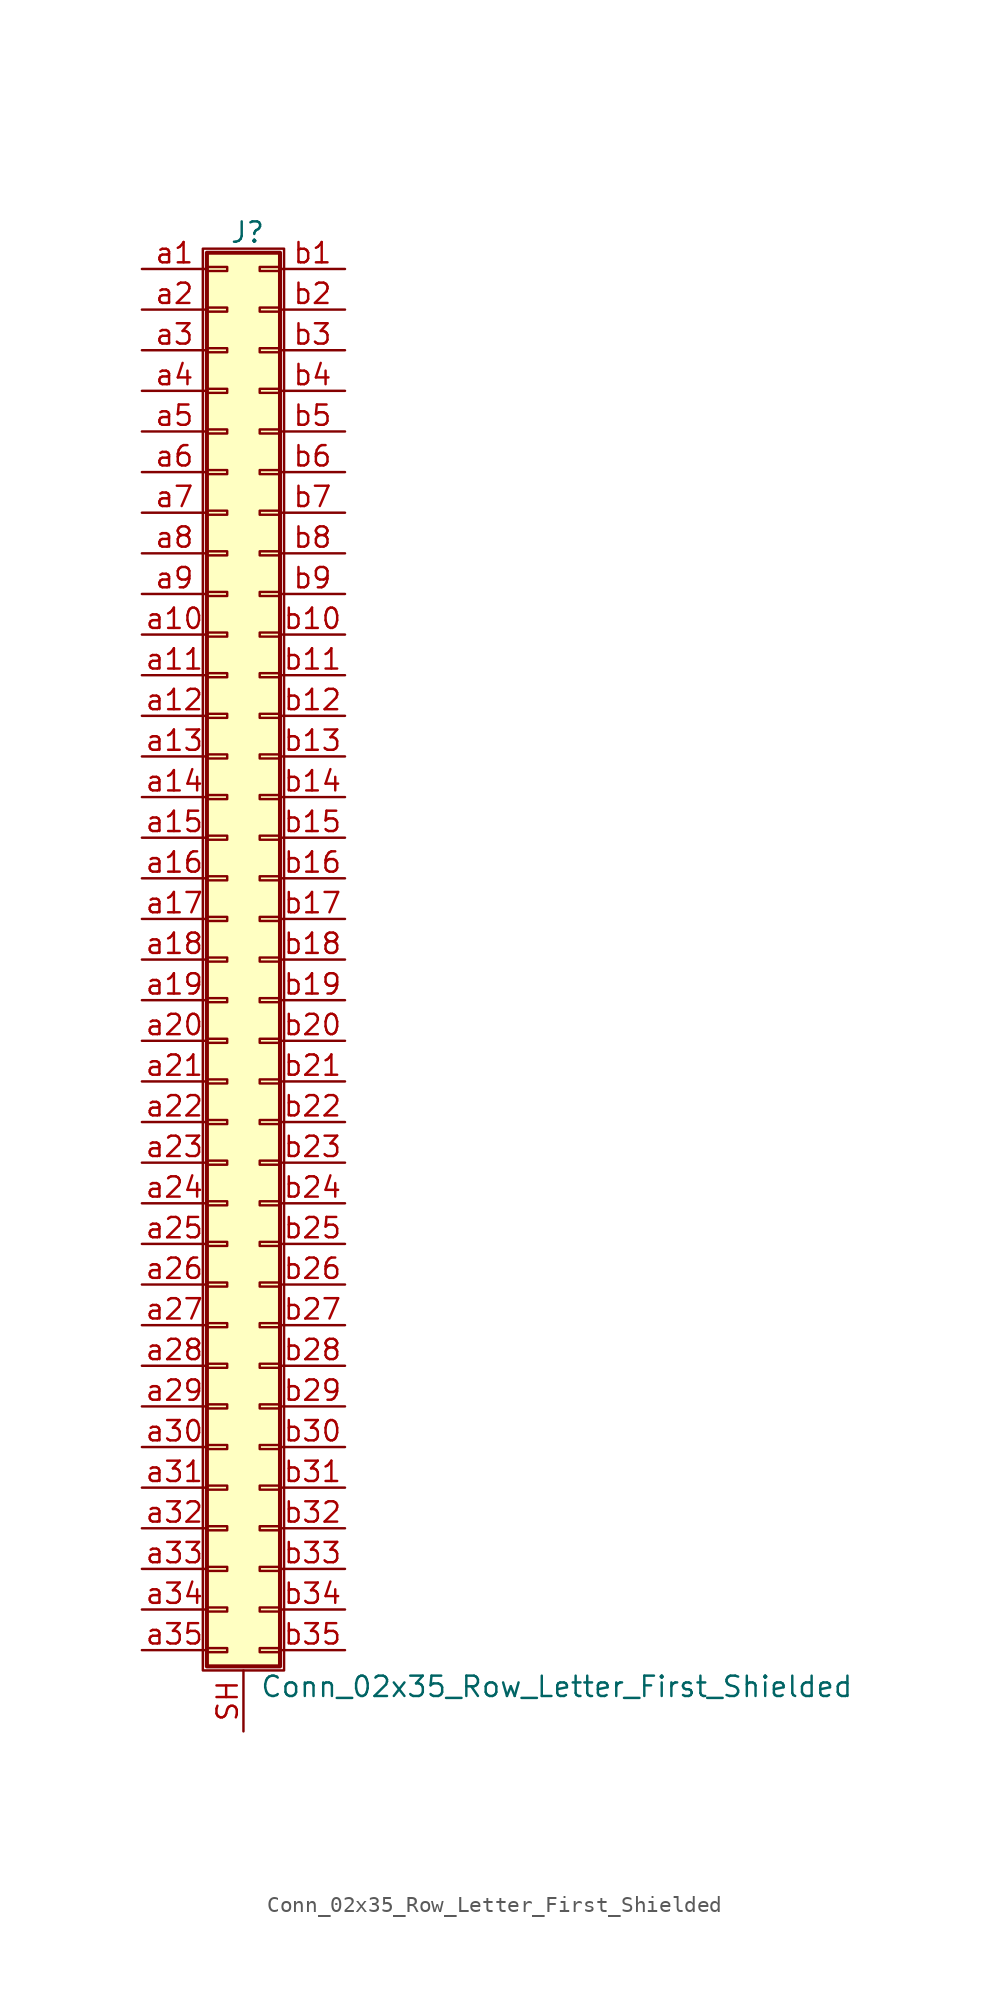
<source format=kicad_sym>
(kicad_symbol_lib
  (version 20220914)
  (generator kicad_symbol_editor)
  (symbol "Conn_02x35_Row_Letter_First_Shielded"
    (pin_names
      (offset 1.016) hide)
    (property "Reference" "J"
      (at 1.524 45.466 0)
      (effects (font (size 1.27 1.27))))
    (property "Value" "Conn_02x35_Row_Letter_First_Shielded"
      (at 2.286 -45.466 0)
      (effects (font (size 1.27 1.27)) (justify left)))
    (symbol "Conn_02x35_Row_Letter_First_Shielded_1_1"
      (rectangle (start -1.27 44.45) (end 3.81 -44.45) (stroke (width 0.152) (type default)) (fill (type none)))
      (rectangle (start -1.016 -43.053) (end 0.254 -43.307) (stroke (width 0.152) (type default)) (fill (type none)))
      (rectangle (start -1.016 -40.513) (end 0.254 -40.767) (stroke (width 0.152) (type default)) (fill (type none)))
      (rectangle (start -1.016 -37.973) (end 0.254 -38.227) (stroke (width 0.152) (type default)) (fill (type none)))
      (rectangle (start -1.016 -35.433) (end 0.254 -35.687) (stroke (width 0.152) (type default)) (fill (type none)))
      (rectangle (start -1.016 -32.893) (end 0.254 -33.147) (stroke (width 0.152) (type default)) (fill (type none)))
      (rectangle (start -1.016 -30.353) (end 0.254 -30.607) (stroke (width 0.152) (type default)) (fill (type none)))
      (rectangle (start -1.016 -27.813) (end 0.254 -28.067) (stroke (width 0.152) (type default)) (fill (type none)))
      (rectangle (start -1.016 -25.273) (end 0.254 -25.527) (stroke (width 0.152) (type default)) (fill (type none)))
      (rectangle (start -1.016 -22.733) (end 0.254 -22.987) (stroke (width 0.152) (type default)) (fill (type none)))
      (rectangle (start -1.016 -20.193) (end 0.254 -20.447) (stroke (width 0.152) (type default)) (fill (type none)))
      (rectangle (start -1.016 -17.653) (end 0.254 -17.907) (stroke (width 0.152) (type default)) (fill (type none)))
      (rectangle (start -1.016 -15.113) (end 0.254 -15.367) (stroke (width 0.152) (type default)) (fill (type none)))
      (rectangle (start -1.016 -12.573) (end 0.254 -12.827) (stroke (width 0.152) (type default)) (fill (type none)))
      (rectangle (start -1.016 -10.033) (end 0.254 -10.287) (stroke (width 0.152) (type default)) (fill (type none)))
      (rectangle (start -1.016 -7.493) (end 0.254 -7.747) (stroke (width 0.152) (type default)) (fill (type none)))
      (rectangle (start -1.016 -4.953) (end 0.254 -5.207) (stroke (width 0.152) (type default)) (fill (type none)))
      (rectangle (start -1.016 -2.413) (end 0.254 -2.667) (stroke (width 0.152) (type default)) (fill (type none)))
      (rectangle (start -1.016 0.127) (end 0.254 -0.127) (stroke (width 0.152) (type default)) (fill (type none)))
      (rectangle (start -1.016 2.667) (end 0.254 2.413) (stroke (width 0.152) (type default)) (fill (type none)))
      (rectangle (start -1.016 5.207) (end 0.254 4.953) (stroke (width 0.152) (type default)) (fill (type none)))
      (rectangle (start -1.016 7.747) (end 0.254 7.493) (stroke (width 0.152) (type default)) (fill (type none)))
      (rectangle (start -1.016 10.287) (end 0.254 10.033) (stroke (width 0.152) (type default)) (fill (type none)))
      (rectangle (start -1.016 12.827) (end 0.254 12.573) (stroke (width 0.152) (type default)) (fill (type none)))
      (rectangle (start -1.016 15.367) (end 0.254 15.113) (stroke (width 0.152) (type default)) (fill (type none)))
      (rectangle (start -1.016 17.907) (end 0.254 17.653) (stroke (width 0.152) (type default)) (fill (type none)))
      (rectangle (start -1.016 20.447) (end 0.254 20.193) (stroke (width 0.152) (type default)) (fill (type none)))
      (rectangle (start -1.016 22.987) (end 0.254 22.733) (stroke (width 0.152) (type default)) (fill (type none)))
      (rectangle (start -1.016 25.527) (end 0.254 25.273) (stroke (width 0.152) (type default)) (fill (type none)))
      (rectangle (start -1.016 28.067) (end 0.254 27.813) (stroke (width 0.152) (type default)) (fill (type none)))
      (rectangle (start -1.016 30.607) (end 0.254 30.353) (stroke (width 0.152) (type default)) (fill (type none)))
      (rectangle (start -1.016 33.147) (end 0.254 32.893) (stroke (width 0.152) (type default)) (fill (type none)))
      (rectangle (start -1.016 35.687) (end 0.254 35.433) (stroke (width 0.152) (type default)) (fill (type none)))
      (rectangle (start -1.016 38.227) (end 0.254 37.973) (stroke (width 0.152) (type default)) (fill (type none)))
      (rectangle (start -1.016 40.767) (end 0.254 40.513) (stroke (width 0.152) (type default)) (fill (type none)))
      (rectangle (start -1.016 43.307) (end 0.254 43.053) (stroke (width 0.152) (type default)) (fill (type none)))
      (rectangle (start -1.016 44.196) (end 3.556 -44.196) (stroke (width 0.254) (type default)) (fill (type background)))
      (rectangle (start 3.556 -43.053) (end 2.286 -43.307) (stroke (width 0.152) (type default)) (fill (type none)))
      (rectangle (start 3.556 -40.513) (end 2.286 -40.767) (stroke (width 0.152) (type default)) (fill (type none)))
      (rectangle (start 3.556 -37.973) (end 2.286 -38.227) (stroke (width 0.152) (type default)) (fill (type none)))
      (rectangle (start 3.556 -35.433) (end 2.286 -35.687) (stroke (width 0.152) (type default)) (fill (type none)))
      (rectangle (start 3.556 -32.893) (end 2.286 -33.147) (stroke (width 0.152) (type default)) (fill (type none)))
      (rectangle (start 3.556 -30.353) (end 2.286 -30.607) (stroke (width 0.152) (type default)) (fill (type none)))
      (rectangle (start 3.556 -27.813) (end 2.286 -28.067) (stroke (width 0.152) (type default)) (fill (type none)))
      (rectangle (start 3.556 -25.273) (end 2.286 -25.527) (stroke (width 0.152) (type default)) (fill (type none)))
      (rectangle (start 3.556 -22.733) (end 2.286 -22.987) (stroke (width 0.152) (type default)) (fill (type none)))
      (rectangle (start 3.556 -20.193) (end 2.286 -20.447) (stroke (width 0.152) (type default)) (fill (type none)))
      (rectangle (start 3.556 -17.653) (end 2.286 -17.907) (stroke (width 0.152) (type default)) (fill (type none)))
      (rectangle (start 3.556 -15.113) (end 2.286 -15.367) (stroke (width 0.152) (type default)) (fill (type none)))
      (rectangle (start 3.556 -12.573) (end 2.286 -12.827) (stroke (width 0.152) (type default)) (fill (type none)))
      (rectangle (start 3.556 -10.033) (end 2.286 -10.287) (stroke (width 0.152) (type default)) (fill (type none)))
      (rectangle (start 3.556 -7.493) (end 2.286 -7.747) (stroke (width 0.152) (type default)) (fill (type none)))
      (rectangle (start 3.556 -4.953) (end 2.286 -5.207) (stroke (width 0.152) (type default)) (fill (type none)))
      (rectangle (start 3.556 -2.413) (end 2.286 -2.667) (stroke (width 0.152) (type default)) (fill (type none)))
      (rectangle (start 3.556 0.127) (end 2.286 -0.127) (stroke (width 0.152) (type default)) (fill (type none)))
      (rectangle (start 3.556 2.667) (end 2.286 2.413) (stroke (width 0.152) (type default)) (fill (type none)))
      (rectangle (start 3.556 5.207) (end 2.286 4.953) (stroke (width 0.152) (type default)) (fill (type none)))
      (rectangle (start 3.556 7.747) (end 2.286 7.493) (stroke (width 0.152) (type default)) (fill (type none)))
      (rectangle (start 3.556 10.287) (end 2.286 10.033) (stroke (width 0.152) (type default)) (fill (type none)))
      (rectangle (start 3.556 12.827) (end 2.286 12.573) (stroke (width 0.152) (type default)) (fill (type none)))
      (rectangle (start 3.556 15.367) (end 2.286 15.113) (stroke (width 0.152) (type default)) (fill (type none)))
      (rectangle (start 3.556 17.907) (end 2.286 17.653) (stroke (width 0.152) (type default)) (fill (type none)))
      (rectangle (start 3.556 20.447) (end 2.286 20.193) (stroke (width 0.152) (type default)) (fill (type none)))
      (rectangle (start 3.556 22.987) (end 2.286 22.733) (stroke (width 0.152) (type default)) (fill (type none)))
      (rectangle (start 3.556 25.527) (end 2.286 25.273) (stroke (width 0.152) (type default)) (fill (type none)))
      (rectangle (start 3.556 28.067) (end 2.286 27.813) (stroke (width 0.152) (type default)) (fill (type none)))
      (rectangle (start 3.556 30.607) (end 2.286 30.353) (stroke (width 0.152) (type default)) (fill (type none)))
      (rectangle (start 3.556 33.147) (end 2.286 32.893) (stroke (width 0.152) (type default)) (fill (type none)))
      (rectangle (start 3.556 35.687) (end 2.286 35.433) (stroke (width 0.152) (type default)) (fill (type none)))
      (rectangle (start 3.556 38.227) (end 2.286 37.973) (stroke (width 0.152) (type default)) (fill (type none)))
      (rectangle (start 3.556 40.767) (end 2.286 40.513) (stroke (width 0.152) (type default)) (fill (type none)))
      (rectangle (start 3.556 43.307) (end 2.286 43.053) (stroke (width 0.152) (type default)) (fill (type none)))
      (pin passive line (at 1.27 -48.26 90) (length 3.81) (name "Shield" (effects (font (size 1.27 1.27)))) (number "SH" (effects (font (size 1.27 1.27)))))
      (pin passive line (at -5.08 43.18 0) (length 4.064) (name "Pin_a1" (effects (font (size 1.27 1.27)))) (number "a1" (effects (font (size 1.27 1.27)))))
      (pin passive line (at -5.08 20.32 0) (length 4.064) (name "Pin_a10" (effects (font (size 1.27 1.27)))) (number "a10" (effects (font (size 1.27 1.27)))))
      (pin passive line (at -5.08 17.78 0) (length 4.064) (name "Pin_a11" (effects (font (size 1.27 1.27)))) (number "a11" (effects (font (size 1.27 1.27)))))
      (pin passive line (at -5.08 15.24 0) (length 4.064) (name "Pin_a12" (effects (font (size 1.27 1.27)))) (number "a12" (effects (font (size 1.27 1.27)))))
      (pin passive line (at -5.08 12.7 0) (length 4.064) (name "Pin_a13" (effects (font (size 1.27 1.27)))) (number "a13" (effects (font (size 1.27 1.27)))))
      (pin passive line (at -5.08 10.16 0) (length 4.064) (name "Pin_a14" (effects (font (size 1.27 1.27)))) (number "a14" (effects (font (size 1.27 1.27)))))
      (pin passive line (at -5.08 7.62 0) (length 4.064) (name "Pin_a15" (effects (font (size 1.27 1.27)))) (number "a15" (effects (font (size 1.27 1.27)))))
      (pin passive line (at -5.08 5.08 0) (length 4.064) (name "Pin_a16" (effects (font (size 1.27 1.27)))) (number "a16" (effects (font (size 1.27 1.27)))))
      (pin passive line (at -5.08 2.54 0) (length 4.064) (name "Pin_a17" (effects (font (size 1.27 1.27)))) (number "a17" (effects (font (size 1.27 1.27)))))
      (pin passive line (at -5.08 0 0) (length 4.064) (name "Pin_a18" (effects (font (size 1.27 1.27)))) (number "a18" (effects (font (size 1.27 1.27)))))
      (pin passive line (at -5.08 -2.54 0) (length 4.064) (name "Pin_a19" (effects (font (size 1.27 1.27)))) (number "a19" (effects (font (size 1.27 1.27)))))
      (pin passive line (at -5.08 40.64 0) (length 4.064) (name "Pin_a2" (effects (font (size 1.27 1.27)))) (number "a2" (effects (font (size 1.27 1.27)))))
      (pin passive line (at -5.08 -5.08 0) (length 4.064) (name "Pin_a20" (effects (font (size 1.27 1.27)))) (number "a20" (effects (font (size 1.27 1.27)))))
      (pin passive line (at -5.08 -7.62 0) (length 4.064) (name "Pin_a21" (effects (font (size 1.27 1.27)))) (number "a21" (effects (font (size 1.27 1.27)))))
      (pin passive line (at -5.08 -10.16 0) (length 4.064) (name "Pin_a22" (effects (font (size 1.27 1.27)))) (number "a22" (effects (font (size 1.27 1.27)))))
      (pin passive line (at -5.08 -12.7 0) (length 4.064) (name "Pin_a23" (effects (font (size 1.27 1.27)))) (number "a23" (effects (font (size 1.27 1.27)))))
      (pin passive line (at -5.08 -15.24 0) (length 4.064) (name "Pin_a24" (effects (font (size 1.27 1.27)))) (number "a24" (effects (font (size 1.27 1.27)))))
      (pin passive line (at -5.08 -17.78 0) (length 4.064) (name "Pin_a25" (effects (font (size 1.27 1.27)))) (number "a25" (effects (font (size 1.27 1.27)))))
      (pin passive line (at -5.08 -20.32 0) (length 4.064) (name "Pin_a26" (effects (font (size 1.27 1.27)))) (number "a26" (effects (font (size 1.27 1.27)))))
      (pin passive line (at -5.08 -22.86 0) (length 4.064) (name "Pin_a27" (effects (font (size 1.27 1.27)))) (number "a27" (effects (font (size 1.27 1.27)))))
      (pin passive line (at -5.08 -25.4 0) (length 4.064) (name "Pin_a28" (effects (font (size 1.27 1.27)))) (number "a28" (effects (font (size 1.27 1.27)))))
      (pin passive line (at -5.08 -27.94 0) (length 4.064) (name "Pin_a29" (effects (font (size 1.27 1.27)))) (number "a29" (effects (font (size 1.27 1.27)))))
      (pin passive line (at -5.08 38.1 0) (length 4.064) (name "Pin_a3" (effects (font (size 1.27 1.27)))) (number "a3" (effects (font (size 1.27 1.27)))))
      (pin passive line (at -5.08 -30.48 0) (length 4.064) (name "Pin_a30" (effects (font (size 1.27 1.27)))) (number "a30" (effects (font (size 1.27 1.27)))))
      (pin passive line (at -5.08 -33.02 0) (length 4.064) (name "Pin_a31" (effects (font (size 1.27 1.27)))) (number "a31" (effects (font (size 1.27 1.27)))))
      (pin passive line (at -5.08 -35.56 0) (length 4.064) (name "Pin_a32" (effects (font (size 1.27 1.27)))) (number "a32" (effects (font (size 1.27 1.27)))))
      (pin passive line (at -5.08 -38.1 0) (length 4.064) (name "Pin_a33" (effects (font (size 1.27 1.27)))) (number "a33" (effects (font (size 1.27 1.27)))))
      (pin passive line (at -5.08 -40.64 0) (length 4.064) (name "Pin_a34" (effects (font (size 1.27 1.27)))) (number "a34" (effects (font (size 1.27 1.27)))))
      (pin passive line (at -5.08 -43.18 0) (length 4.064) (name "Pin_a35" (effects (font (size 1.27 1.27)))) (number "a35" (effects (font (size 1.27 1.27)))))
      (pin passive line (at -5.08 35.56 0) (length 4.064) (name "Pin_a4" (effects (font (size 1.27 1.27)))) (number "a4" (effects (font (size 1.27 1.27)))))
      (pin passive line (at -5.08 33.02 0) (length 4.064) (name "Pin_a5" (effects (font (size 1.27 1.27)))) (number "a5" (effects (font (size 1.27 1.27)))))
      (pin passive line (at -5.08 30.48 0) (length 4.064) (name "Pin_a6" (effects (font (size 1.27 1.27)))) (number "a6" (effects (font (size 1.27 1.27)))))
      (pin passive line (at -5.08 27.94 0) (length 4.064) (name "Pin_a7" (effects (font (size 1.27 1.27)))) (number "a7" (effects (font (size 1.27 1.27)))))
      (pin passive line (at -5.08 25.4 0) (length 4.064) (name "Pin_a8" (effects (font (size 1.27 1.27)))) (number "a8" (effects (font (size 1.27 1.27)))))
      (pin passive line (at -5.08 22.86 0) (length 4.064) (name "Pin_a9" (effects (font (size 1.27 1.27)))) (number "a9" (effects (font (size 1.27 1.27)))))
      (pin passive line (at 7.62 43.18 180) (length 4.064) (name "Pin_b1" (effects (font (size 1.27 1.27)))) (number "b1" (effects (font (size 1.27 1.27)))))
      (pin passive line (at 7.62 20.32 180) (length 4.064) (name "Pin_b10" (effects (font (size 1.27 1.27)))) (number "b10" (effects (font (size 1.27 1.27)))))
      (pin passive line (at 7.62 17.78 180) (length 4.064) (name "Pin_b11" (effects (font (size 1.27 1.27)))) (number "b11" (effects (font (size 1.27 1.27)))))
      (pin passive line (at 7.62 15.24 180) (length 4.064) (name "Pin_b12" (effects (font (size 1.27 1.27)))) (number "b12" (effects (font (size 1.27 1.27)))))
      (pin passive line (at 7.62 12.7 180) (length 4.064) (name "Pin_b13" (effects (font (size 1.27 1.27)))) (number "b13" (effects (font (size 1.27 1.27)))))
      (pin passive line (at 7.62 10.16 180) (length 4.064) (name "Pin_b14" (effects (font (size 1.27 1.27)))) (number "b14" (effects (font (size 1.27 1.27)))))
      (pin passive line (at 7.62 7.62 180) (length 4.064) (name "Pin_b15" (effects (font (size 1.27 1.27)))) (number "b15" (effects (font (size 1.27 1.27)))))
      (pin passive line (at 7.62 5.08 180) (length 4.064) (name "Pin_b16" (effects (font (size 1.27 1.27)))) (number "b16" (effects (font (size 1.27 1.27)))))
      (pin passive line (at 7.62 2.54 180) (length 4.064) (name "Pin_b17" (effects (font (size 1.27 1.27)))) (number "b17" (effects (font (size 1.27 1.27)))))
      (pin passive line (at 7.62 0 180) (length 4.064) (name "Pin_b18" (effects (font (size 1.27 1.27)))) (number "b18" (effects (font (size 1.27 1.27)))))
      (pin passive line (at 7.62 -2.54 180) (length 4.064) (name "Pin_b19" (effects (font (size 1.27 1.27)))) (number "b19" (effects (font (size 1.27 1.27)))))
      (pin passive line (at 7.62 40.64 180) (length 4.064) (name "Pin_b2" (effects (font (size 1.27 1.27)))) (number "b2" (effects (font (size 1.27 1.27)))))
      (pin passive line (at 7.62 -5.08 180) (length 4.064) (name "Pin_b20" (effects (font (size 1.27 1.27)))) (number "b20" (effects (font (size 1.27 1.27)))))
      (pin passive line (at 7.62 -7.62 180) (length 4.064) (name "Pin_b21" (effects (font (size 1.27 1.27)))) (number "b21" (effects (font (size 1.27 1.27)))))
      (pin passive line (at 7.62 -10.16 180) (length 4.064) (name "Pin_b22" (effects (font (size 1.27 1.27)))) (number "b22" (effects (font (size 1.27 1.27)))))
      (pin passive line (at 7.62 -12.7 180) (length 4.064) (name "Pin_b23" (effects (font (size 1.27 1.27)))) (number "b23" (effects (font (size 1.27 1.27)))))
      (pin passive line (at 7.62 -15.24 180) (length 4.064) (name "Pin_b24" (effects (font (size 1.27 1.27)))) (number "b24" (effects (font (size 1.27 1.27)))))
      (pin passive line (at 7.62 -17.78 180) (length 4.064) (name "Pin_b25" (effects (font (size 1.27 1.27)))) (number "b25" (effects (font (size 1.27 1.27)))))
      (pin passive line (at 7.62 -20.32 180) (length 4.064) (name "Pin_b26" (effects (font (size 1.27 1.27)))) (number "b26" (effects (font (size 1.27 1.27)))))
      (pin passive line (at 7.62 -22.86 180) (length 4.064) (name "Pin_b27" (effects (font (size 1.27 1.27)))) (number "b27" (effects (font (size 1.27 1.27)))))
      (pin passive line (at 7.62 -25.4 180) (length 4.064) (name "Pin_b28" (effects (font (size 1.27 1.27)))) (number "b28" (effects (font (size 1.27 1.27)))))
      (pin passive line (at 7.62 -27.94 180) (length 4.064) (name "Pin_b29" (effects (font (size 1.27 1.27)))) (number "b29" (effects (font (size 1.27 1.27)))))
      (pin passive line (at 7.62 38.1 180) (length 4.064) (name "Pin_b3" (effects (font (size 1.27 1.27)))) (number "b3" (effects (font (size 1.27 1.27)))))
      (pin passive line (at 7.62 -30.48 180) (length 4.064) (name "Pin_b30" (effects (font (size 1.27 1.27)))) (number "b30" (effects (font (size 1.27 1.27)))))
      (pin passive line (at 7.62 -33.02 180) (length 4.064) (name "Pin_b31" (effects (font (size 1.27 1.27)))) (number "b31" (effects (font (size 1.27 1.27)))))
      (pin passive line (at 7.62 -35.56 180) (length 4.064) (name "Pin_b32" (effects (font (size 1.27 1.27)))) (number "b32" (effects (font (size 1.27 1.27)))))
      (pin passive line (at 7.62 -38.1 180) (length 4.064) (name "Pin_b33" (effects (font (size 1.27 1.27)))) (number "b33" (effects (font (size 1.27 1.27)))))
      (pin passive line (at 7.62 -40.64 180) (length 4.064) (name "Pin_b34" (effects (font (size 1.27 1.27)))) (number "b34" (effects (font (size 1.27 1.27)))))
      (pin passive line (at 7.62 -43.18 180) (length 4.064) (name "Pin_b35" (effects (font (size 1.27 1.27)))) (number "b35" (effects (font (size 1.27 1.27)))))
      (pin passive line (at 7.62 35.56 180) (length 4.064) (name "Pin_b4" (effects (font (size 1.27 1.27)))) (number "b4" (effects (font (size 1.27 1.27)))))
      (pin passive line (at 7.62 33.02 180) (length 4.064) (name "Pin_b5" (effects (font (size 1.27 1.27)))) (number "b5" (effects (font (size 1.27 1.27)))))
      (pin passive line (at 7.62 30.48 180) (length 4.064) (name "Pin_b6" (effects (font (size 1.27 1.27)))) (number "b6" (effects (font (size 1.27 1.27)))))
      (pin passive line (at 7.62 27.94 180) (length 4.064) (name "Pin_b7" (effects (font (size 1.27 1.27)))) (number "b7" (effects (font (size 1.27 1.27)))))
      (pin passive line (at 7.62 25.4 180) (length 4.064) (name "Pin_b8" (effects (font (size 1.27 1.27)))) (number "b8" (effects (font (size 1.27 1.27)))))
      (pin passive line (at 7.62 22.86 180) (length 4.064) (name "Pin_b9" (effects (font (size 1.27 1.27)))) (number "b9" (effects (font (size 1.27 1.27))))))))
</source>
